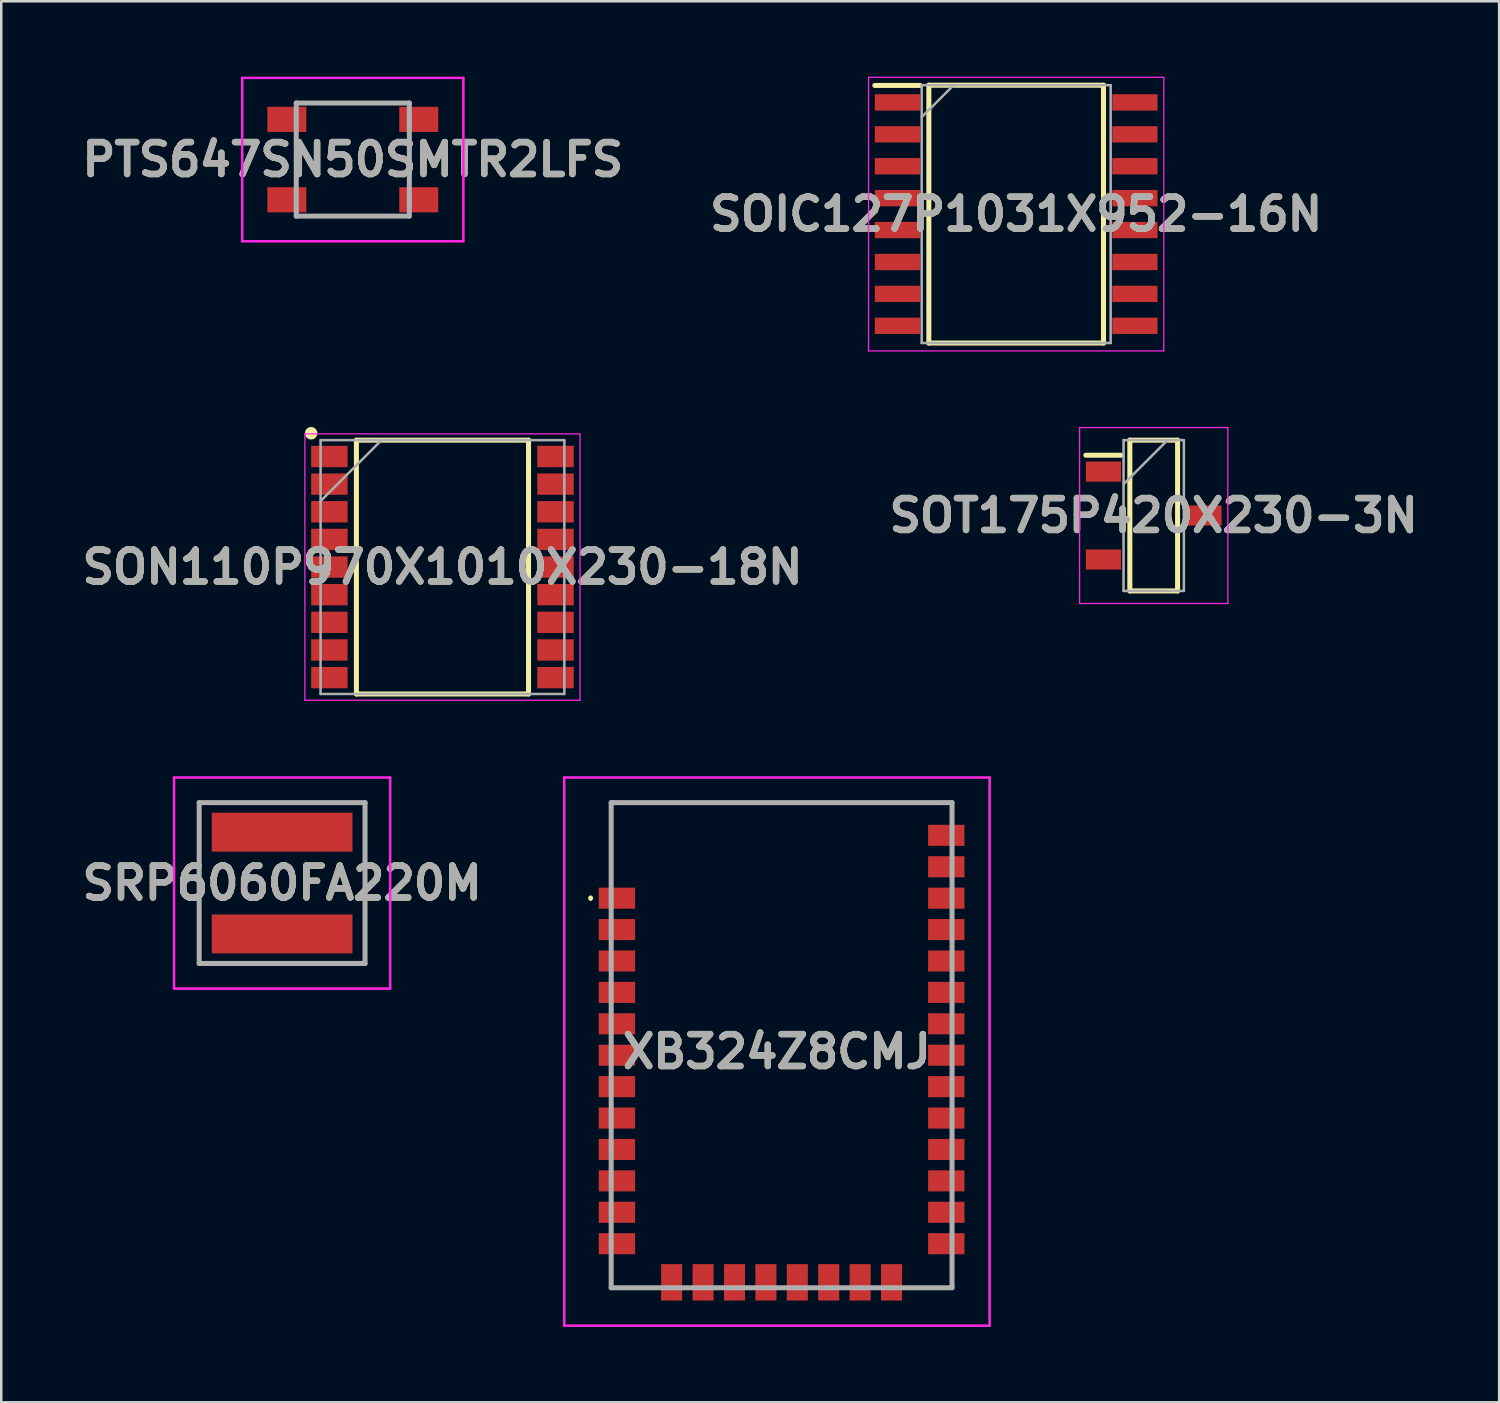
<source format=kicad_pcb>
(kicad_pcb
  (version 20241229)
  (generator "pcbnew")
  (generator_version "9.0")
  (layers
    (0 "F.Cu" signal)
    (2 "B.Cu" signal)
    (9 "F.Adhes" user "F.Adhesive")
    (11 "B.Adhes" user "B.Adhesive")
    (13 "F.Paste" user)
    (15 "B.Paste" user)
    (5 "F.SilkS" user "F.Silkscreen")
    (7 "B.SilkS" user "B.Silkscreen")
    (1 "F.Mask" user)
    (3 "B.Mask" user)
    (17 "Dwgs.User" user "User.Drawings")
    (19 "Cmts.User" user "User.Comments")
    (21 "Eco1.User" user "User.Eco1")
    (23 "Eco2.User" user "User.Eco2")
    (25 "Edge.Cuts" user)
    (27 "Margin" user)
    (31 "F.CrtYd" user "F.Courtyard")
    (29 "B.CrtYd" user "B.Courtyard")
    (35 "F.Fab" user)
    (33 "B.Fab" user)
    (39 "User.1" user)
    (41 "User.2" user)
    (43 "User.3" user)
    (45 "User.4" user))
  (footprint "SON110P970X1010X230-18N"
    (layer "F.Cu")
    (at 14.557 19.515)
    (property "Reference" "SON110P970X1010X230-18N" (at 0 0 0) (layer "F.SilkS") (effects (font (size 1.27 1.27) (thickness 0.254))))
    (attr smd)
    (fp_line (start -3.425 -5.05) (end 3.425 -5.05) (stroke (width 0.2) (type solid)) (layer "F.SilkS"))
    (fp_line (start -3.425 5.05) (end -3.425 -5.05) (stroke (width 0.2) (type solid)) (layer "F.SilkS"))
    (fp_line (start 3.425 -5.05) (end 3.425 5.05) (stroke (width 0.2) (type solid)) (layer "F.SilkS"))
    (fp_line (start 3.425 5.05) (end -3.425 5.05) (stroke (width 0.2) (type solid)) (layer "F.SilkS"))
    (fp_circle (center -5.225 -5.325) (end -5.225 -5.2) (stroke (width 0.25) (type solid)) (fill no) (layer "F.SilkS"))
    (fp_line (start -5.475 -5.3) (end 5.475 -5.3) (stroke (width 0.05) (type solid)) (layer "F.CrtYd"))
    (fp_line (start -5.475 5.3) (end -5.475 -5.3) (stroke (width 0.05) (type solid)) (layer "F.CrtYd"))
    (fp_line (start 5.475 -5.3) (end 5.475 5.3) (stroke (width 0.05) (type solid)) (layer "F.CrtYd"))
    (fp_line (start 5.475 5.3) (end -5.475 5.3) (stroke (width 0.05) (type solid)) (layer "F.CrtYd"))
    (fp_line (start -4.85 -5.05) (end 4.85 -5.05) (stroke (width 0.1) (type solid)) (layer "F.Fab"))
    (fp_line (start -4.85 -2.625) (end -2.425 -5.05) (stroke (width 0.1) (type solid)) (layer "F.Fab"))
    (fp_line (start -4.85 5.05) (end -4.85 -5.05) (stroke (width 0.1) (type solid)) (layer "F.Fab"))
    (fp_line (start 4.85 -5.05) (end 4.85 5.05) (stroke (width 0.1) (type solid)) (layer "F.Fab"))
    (fp_line (start 4.85 5.05) (end -4.85 5.05) (stroke (width 0.1) (type solid)) (layer "F.Fab"))
    (fp_text user "${REFERENCE}" (at 0 0 0) (layer "F.Fab") (effects (font (size 1.27 1.27) (thickness 0.254))))
    (pad "1" smd rect (at -4.5 -4.4 90) (size 0.85 1.45) (layers "F.Cu" "F.Mask" "F.Paste"))
    (pad "2" smd rect (at -4.5 -3.3 90) (size 0.85 1.45) (layers "F.Cu" "F.Mask" "F.Paste"))
    (pad "3" smd rect (at -4.5 -2.2 90) (size 0.85 1.45) (layers "F.Cu" "F.Mask" "F.Paste"))
    (pad "4" smd rect (at -4.5 -1.1 90) (size 0.85 1.45) (layers "F.Cu" "F.Mask" "F.Paste"))
    (pad "5" smd rect (at -4.5 0 90) (size 0.85 1.45) (layers "F.Cu" "F.Mask" "F.Paste"))
    (pad "6" smd rect (at -4.5 1.1 90) (size 0.85 1.45) (layers "F.Cu" "F.Mask" "F.Paste"))
    (pad "7" smd rect (at -4.5 2.2 90) (size 0.85 1.45) (layers "F.Cu" "F.Mask" "F.Paste"))
    (pad "8" smd rect (at -4.5 3.3 90) (size 0.85 1.45) (layers "F.Cu" "F.Mask" "F.Paste"))
    (pad "9" smd rect (at -4.5 4.4 90) (size 0.85 1.45) (layers "F.Cu" "F.Mask" "F.Paste"))
    (pad "10" smd rect (at 4.5 4.4 90) (size 0.85 1.45) (layers "F.Cu" "F.Mask" "F.Paste"))
    (pad "11" smd rect (at 4.5 3.3 90) (size 0.85 1.45) (layers "F.Cu" "F.Mask" "F.Paste"))
    (pad "12" smd rect (at 4.5 2.2 90) (size 0.85 1.45) (layers "F.Cu" "F.Mask" "F.Paste"))
    (pad "13" smd rect (at 4.5 1.1 90) (size 0.85 1.45) (layers "F.Cu" "F.Mask" "F.Paste"))
    (pad "14" smd rect (at 4.5 0 90) (size 0.85 1.45) (layers "F.Cu" "F.Mask" "F.Paste"))
    (pad "15" smd rect (at 4.5 -1.1 90) (size 0.85 1.45) (layers "F.Cu" "F.Mask" "F.Paste"))
    (pad "16" smd rect (at 4.5 -2.2 90) (size 0.85 1.45) (layers "F.Cu" "F.Mask" "F.Paste"))
    (pad "17" smd rect (at 4.5 -3.3 90) (size 0.85 1.45) (layers "F.Cu" "F.Mask" "F.Paste"))
    (pad "18" smd rect (at 4.5 -4.4 90) (size 0.85 1.45) (layers "F.Cu" "F.Mask" "F.Paste")))
  (footprint "SRP6060FA220M"
    (layer "F.Cu")
    (at 8.176 32.09)
    (property "Reference" "SRP6060FA220M" (at 0 0 0) (layer "F.SilkS") (effects (font (size 1.27 1.27) (thickness 0.254))))
    (attr smd)
    (fp_line (start -3.3 -3.2) (end 3.3 -3.2) (stroke (width 0.1) (type solid)) (layer "F.SilkS"))
    (fp_line (start -3.3 3.2) (end -3.3 -3.2) (stroke (width 0.1) (type solid)) (layer "F.SilkS"))
    (fp_line (start 3.3 -3.2) (end 3.3 3.2) (stroke (width 0.1) (type solid)) (layer "F.SilkS"))
    (fp_line (start 3.3 3.2) (end -3.3 3.2) (stroke (width 0.1) (type solid)) (layer "F.SilkS"))
    (fp_line (start -4.3 -4.2) (end 4.3 -4.2) (stroke (width 0.1) (type solid)) (layer "F.CrtYd"))
    (fp_line (start -4.3 4.2) (end -4.3 -4.2) (stroke (width 0.1) (type solid)) (layer "F.CrtYd"))
    (fp_line (start 4.3 -4.2) (end 4.3 4.2) (stroke (width 0.1) (type solid)) (layer "F.CrtYd"))
    (fp_line (start 4.3 4.2) (end -4.3 4.2) (stroke (width 0.1) (type solid)) (layer "F.CrtYd"))
    (fp_line (start -3.3 -3.2) (end 3.3 -3.2) (stroke (width 0.2) (type solid)) (layer "F.Fab"))
    (fp_line (start -3.3 3.2) (end -3.3 -3.2) (stroke (width 0.2) (type solid)) (layer "F.Fab"))
    (fp_line (start 3.3 -3.2) (end 3.3 3.2) (stroke (width 0.2) (type solid)) (layer "F.Fab"))
    (fp_line (start 3.3 3.2) (end -3.3 3.2) (stroke (width 0.2) (type solid)) (layer "F.Fab"))
    (fp_text user "${REFERENCE}" (at 0 0 0) (layer "F.Fab") (effects (font (size 1.27 1.27) (thickness 0.254))))
    (pad "1" smd rect (at 0 -2.025 90) (size 1.55 5.6) (layers "F.Cu" "F.Mask" "F.Paste"))
    (pad "2" smd rect (at 0 2.025 90) (size 1.55 5.6) (layers "F.Cu" "F.Mask" "F.Paste")))
  (footprint "SOT175P420X230-3N"
    (layer "F.Cu")
    (at 42.86 17.465)
    (property "Reference" "SOT175P420X230-3N" (at 0 0 0) (layer "F.SilkS") (effects (font (size 1.27 1.27) (thickness 0.254))))
    (attr smd)
    (fp_line (start -2.7 -2.4) (end -1.3 -2.4) (stroke (width 0.2) (type solid)) (layer "F.SilkS"))
    (fp_line (start -0.95 -3) (end 0.95 -3) (stroke (width 0.2) (type solid)) (layer "F.SilkS"))
    (fp_line (start -0.95 3) (end -0.95 -3) (stroke (width 0.2) (type solid)) (layer "F.SilkS"))
    (fp_line (start 0.95 -3) (end 0.95 3) (stroke (width 0.2) (type solid)) (layer "F.SilkS"))
    (fp_line (start 0.95 3) (end -0.95 3) (stroke (width 0.2) (type solid)) (layer "F.SilkS"))
    (fp_line (start -2.95 -3.5) (end 2.95 -3.5) (stroke (width 0.05) (type solid)) (layer "F.CrtYd"))
    (fp_line (start -2.95 3.5) (end -2.95 -3.5) (stroke (width 0.05) (type solid)) (layer "F.CrtYd"))
    (fp_line (start 2.95 -3.5) (end 2.95 3.5) (stroke (width 0.05) (type solid)) (layer "F.CrtYd"))
    (fp_line (start 2.95 3.5) (end -2.95 3.5) (stroke (width 0.05) (type solid)) (layer "F.CrtYd"))
    (fp_line (start -1.2 -3) (end 1.2 -3) (stroke (width 0.1) (type solid)) (layer "F.Fab"))
    (fp_line (start -1.2 -1.25) (end 0.55 -3) (stroke (width 0.1) (type solid)) (layer "F.Fab"))
    (fp_line (start -1.2 3) (end -1.2 -3) (stroke (width 0.1) (type solid)) (layer "F.Fab"))
    (fp_line (start 1.2 -3) (end 1.2 3) (stroke (width 0.1) (type solid)) (layer "F.Fab"))
    (fp_line (start 1.2 3) (end -1.2 3) (stroke (width 0.1) (type solid)) (layer "F.Fab"))
    (fp_text user "${REFERENCE}" (at 0 0 0) (layer "F.Fab") (effects (font (size 1.27 1.27) (thickness 0.254))))
    (pad "1" smd rect (at -2 -1.75 90) (size 0.8 1.4) (layers "F.Cu" "F.Mask" "F.Paste"))
    (pad "2" smd rect (at -2 1.75 90) (size 0.8 1.4) (layers "F.Cu" "F.Mask" "F.Paste"))
    (pad "3" smd rect (at 2 0 90) (size 0.8 1.4) (layers "F.Cu" "F.Mask" "F.Paste")))
  (footprint "XB324Z8CMJ"
    (layer "F.Cu")
    (at 28.053 46.441)
    (property "Reference" "XB324Z8CMJ" (at -0.186 -7.645 0) (layer "F.SilkS") (effects (font (size 1.27 1.27) (thickness 0.254))))
    (attr smd)
    (fp_line (start -7.6 -13.8) (end -7.6 -13.8) (stroke (width 0.1) (type solid)) (layer "F.SilkS"))
    (fp_line (start -7.6 -13.7) (end -7.6 -13.7) (stroke (width 0.1) (type solid)) (layer "F.SilkS"))
    (fp_line (start -6.782 -17.551) (end 6.782 -17.551) (stroke (width 0.1) (type solid)) (layer "F.SilkS"))
    (fp_line (start -6.782 -14.497) (end -6.782 -17.551) (stroke (width 0.1) (type solid)) (layer "F.SilkS"))
    (fp_line (start -6.782 1) (end -6.782 1.753) (stroke (width 0.1) (type solid)) (layer "F.SilkS"))
    (fp_line (start -6.782 1.753) (end -6 1.753) (stroke (width 0.1) (type solid)) (layer "F.SilkS"))
    (fp_line (start 6 1.753) (end 6.782 1.753) (stroke (width 0.1) (type solid)) (layer "F.SilkS"))
    (fp_line (start 6.782 -17.551) (end 6.782 -16.997) (stroke (width 0.1) (type solid)) (layer "F.SilkS"))
    (fp_line (start 6.782 1.753) (end 6.782 1) (stroke (width 0.1) (type solid)) (layer "F.SilkS"))
    (fp_arc (start -7.6 -13.8) (mid -7.55 -13.75) (end -7.6 -13.7) (stroke (width 0.1) (type solid)) (layer "F.SilkS"))
    (fp_arc (start -7.6 -13.7) (mid -7.65 -13.75) (end -7.6 -13.8) (stroke (width 0.1) (type solid)) (layer "F.SilkS"))
    (fp_line (start -8.65 -18.551) (end 8.277 -18.551) (stroke (width 0.1) (type solid)) (layer "F.CrtYd"))
    (fp_line (start -8.65 3.261) (end -8.65 -18.551) (stroke (width 0.1) (type solid)) (layer "F.CrtYd"))
    (fp_line (start 8.277 -18.551) (end 8.277 3.261) (stroke (width 0.1) (type solid)) (layer "F.CrtYd"))
    (fp_line (start 8.277 3.261) (end -8.65 3.261) (stroke (width 0.1) (type solid)) (layer "F.CrtYd"))
    (fp_line (start -6.782 -17.551) (end 6.782 -17.551) (stroke (width 0.2) (type solid)) (layer "F.Fab"))
    (fp_line (start -6.782 1.753) (end -6.782 -17.551) (stroke (width 0.2) (type solid)) (layer "F.Fab"))
    (fp_line (start 6.782 -17.551) (end 6.782 1.753) (stroke (width 0.2) (type solid)) (layer "F.Fab"))
    (fp_line (start 6.782 1.753) (end -6.782 1.753) (stroke (width 0.2) (type solid)) (layer "F.Fab"))
    (fp_text user "${REFERENCE}" (at -0.186 -7.645 0) (layer "F.Fab") (effects (font (size 1.27 1.27) (thickness 0.254))))
    (pad "1" smd rect (at -6.553 -13.75 90) (size 0.838 1.448) (layers "F.Cu" "F.Mask" "F.Paste"))
    (pad "2" smd rect (at -6.553 -12.5 90) (size 0.838 1.448) (layers "F.Cu" "F.Mask" "F.Paste"))
    (pad "3" smd rect (at -6.553 -11.25 90) (size 0.838 1.448) (layers "F.Cu" "F.Mask" "F.Paste"))
    (pad "4" smd rect (at -6.553 -10 90) (size 0.838 1.448) (layers "F.Cu" "F.Mask" "F.Paste"))
    (pad "5" smd rect (at -6.553 -8.75 90) (size 0.838 1.448) (layers "F.Cu" "F.Mask" "F.Paste"))
    (pad "6" smd rect (at -6.553 -7.5 90) (size 0.838 1.448) (layers "F.Cu" "F.Mask" "F.Paste"))
    (pad "7" smd rect (at -6.553 -6.25 90) (size 0.838 1.448) (layers "F.Cu" "F.Mask" "F.Paste"))
    (pad "8" smd rect (at -6.553 -5 90) (size 0.838 1.448) (layers "F.Cu" "F.Mask" "F.Paste"))
    (pad "9" smd rect (at -6.553 -3.75 90) (size 0.838 1.448) (layers "F.Cu" "F.Mask" "F.Paste"))
    (pad "10" smd rect (at -6.553 -2.5 90) (size 0.838 1.448) (layers "F.Cu" "F.Mask" "F.Paste"))
    (pad "11" smd rect (at -6.553 -1.25 90) (size 0.838 1.448) (layers "F.Cu" "F.Mask" "F.Paste"))
    (pad "12" smd rect (at -6.553 0 90) (size 0.838 1.448) (layers "F.Cu" "F.Mask" "F.Paste"))
    (pad "13" smd rect (at -4.375 1.537) (size 0.838 1.448) (layers "F.Cu" "F.Mask" "F.Paste"))
    (pad "14" smd rect (at -3.125 1.537) (size 0.838 1.448) (layers "F.Cu" "F.Mask" "F.Paste"))
    (pad "15" smd rect (at -1.875 1.537) (size 0.838 1.448) (layers "F.Cu" "F.Mask" "F.Paste"))
    (pad "16" smd rect (at -0.625 1.537) (size 0.838 1.448) (layers "F.Cu" "F.Mask" "F.Paste"))
    (pad "17" smd rect (at 0.625 1.537) (size 0.838 1.448) (layers "F.Cu" "F.Mask" "F.Paste"))
    (pad "18" smd rect (at 1.875 1.537) (size 0.838 1.448) (layers "F.Cu" "F.Mask" "F.Paste"))
    (pad "19" smd rect (at 3.125 1.537) (size 0.838 1.448) (layers "F.Cu" "F.Mask" "F.Paste"))
    (pad "20" smd rect (at 4.375 1.537) (size 0.838 1.448) (layers "F.Cu" "F.Mask" "F.Paste"))
    (pad "21" smd rect (at 6.553 0 90) (size 0.838 1.448) (layers "F.Cu" "F.Mask" "F.Paste"))
    (pad "22" smd rect (at 6.553 -1.25 90) (size 0.838 1.448) (layers "F.Cu" "F.Mask" "F.Paste"))
    (pad "23" smd rect (at 6.553 -2.5 90) (size 0.838 1.448) (layers "F.Cu" "F.Mask" "F.Paste"))
    (pad "24" smd rect (at 6.553 -3.75 90) (size 0.838 1.448) (layers "F.Cu" "F.Mask" "F.Paste"))
    (pad "25" smd rect (at 6.553 -5 90) (size 0.838 1.448) (layers "F.Cu" "F.Mask" "F.Paste"))
    (pad "26" smd rect (at 6.553 -6.25 90) (size 0.838 1.448) (layers "F.Cu" "F.Mask" "F.Paste"))
    (pad "27" smd rect (at 6.553 -7.5 90) (size 0.838 1.448) (layers "F.Cu" "F.Mask" "F.Paste"))
    (pad "28" smd rect (at 6.553 -8.75 90) (size 0.838 1.448) (layers "F.Cu" "F.Mask" "F.Paste"))
    (pad "29" smd rect (at 6.553 -10 90) (size 0.838 1.448) (layers "F.Cu" "F.Mask" "F.Paste"))
    (pad "30" smd rect (at 6.553 -11.25 90) (size 0.838 1.448) (layers "F.Cu" "F.Mask" "F.Paste"))
    (pad "31" smd rect (at 6.553 -12.5 90) (size 0.838 1.448) (layers "F.Cu" "F.Mask" "F.Paste"))
    (pad "32" smd rect (at 6.553 -13.75 90) (size 0.838 1.448) (layers "F.Cu" "F.Mask" "F.Paste"))
    (pad "33" smd rect (at 6.553 -15 90) (size 0.838 1.448) (layers "F.Cu" "F.Mask" "F.Paste"))
    (pad "34" smd rect (at 6.553 -16.25 90) (size 0.838 1.448) (layers "F.Cu" "F.Mask" "F.Paste")))
  (footprint "PTS647SN50SMTR2LFS"
    (layer "F.Cu")
    (at 10.989 3.3)
    (property "Reference" "PTS647SN50SMTR2LFS" (at 0 0 0) (layer "F.SilkS") (effects (font (size 1.27 1.27) (thickness 0.254))))
    (attr smd)
    (fp_line (start -2.25 0.5) (end -2.25 -0.5) (stroke (width 0.1) (type solid)) (layer "F.SilkS"))
    (fp_line (start -1.5 -2.25) (end 1.5 -2.25) (stroke (width 0.1) (type solid)) (layer "F.SilkS"))
    (fp_line (start -1.5 2.25) (end 1.5 2.25) (stroke (width 0.1) (type solid)) (layer "F.SilkS"))
    (fp_line (start 2.25 0.5) (end 2.25 -0.5) (stroke (width 0.1) (type solid)) (layer "F.SilkS"))
    (fp_line (start -4.4 -3.25) (end 4.4 -3.25) (stroke (width 0.1) (type solid)) (layer "F.CrtYd"))
    (fp_line (start -4.4 3.25) (end -4.4 -3.25) (stroke (width 0.1) (type solid)) (layer "F.CrtYd"))
    (fp_line (start 4.4 -3.25) (end 4.4 3.25) (stroke (width 0.1) (type solid)) (layer "F.CrtYd"))
    (fp_line (start 4.4 3.25) (end -4.4 3.25) (stroke (width 0.1) (type solid)) (layer "F.CrtYd"))
    (fp_line (start -2.25 -2.25) (end 2.25 -2.25) (stroke (width 0.2) (type solid)) (layer "F.Fab"))
    (fp_line (start -2.25 2.25) (end -2.25 -2.25) (stroke (width 0.2) (type solid)) (layer "F.Fab"))
    (fp_line (start 2.25 -2.25) (end 2.25 2.25) (stroke (width 0.2) (type solid)) (layer "F.Fab"))
    (fp_line (start 2.25 2.25) (end -2.25 2.25) (stroke (width 0.2) (type solid)) (layer "F.Fab"))
    (fp_text user "${REFERENCE}" (at 0 0 0) (layer "F.Fab") (effects (font (size 1.27 1.27) (thickness 0.254))))
    (pad "1" smd rect (at -2.625 1.6 90) (size 1 1.55) (layers "F.Cu" "F.Mask" "F.Paste"))
    (pad "2" smd rect (at 2.625 1.6 90) (size 1 1.55) (layers "F.Cu" "F.Mask" "F.Paste"))
    (pad "3" smd rect (at 2.625 -1.6 90) (size 1 1.55) (layers "F.Cu" "F.Mask" "F.Paste"))
    (pad "4" smd rect (at -2.625 -1.6 90) (size 1 1.55) (layers "F.Cu" "F.Mask" "F.Paste")))
  (footprint "SOIC127P1031X952-16N"
    (layer "F.Cu")
    (at 37.387 5.47)
    (property "Reference" "SOIC127P1031X952-16N" (at 0 0 0) (layer "F.SilkS") (effects (font (size 1.27 1.27) (thickness 0.254))))
    (attr smd)
    (fp_line (start -5.625 -5.12) (end -3.825 -5.12) (stroke (width 0.2) (type solid)) (layer "F.SilkS"))
    (fp_line (start -3.475 -5.13) (end 3.475 -5.13) (stroke (width 0.2) (type solid)) (layer "F.SilkS"))
    (fp_line (start -3.475 5.13) (end -3.475 -5.13) (stroke (width 0.2) (type solid)) (layer "F.SilkS"))
    (fp_line (start 3.475 -5.13) (end 3.475 5.13) (stroke (width 0.2) (type solid)) (layer "F.SilkS"))
    (fp_line (start 3.475 5.13) (end -3.475 5.13) (stroke (width 0.2) (type solid)) (layer "F.SilkS"))
    (fp_line (start -5.875 -5.445) (end 5.875 -5.445) (stroke (width 0.05) (type solid)) (layer "F.CrtYd"))
    (fp_line (start -5.875 5.445) (end -5.875 -5.445) (stroke (width 0.05) (type solid)) (layer "F.CrtYd"))
    (fp_line (start 5.875 -5.445) (end 5.875 5.445) (stroke (width 0.05) (type solid)) (layer "F.CrtYd"))
    (fp_line (start 5.875 5.445) (end -5.875 5.445) (stroke (width 0.05) (type solid)) (layer "F.CrtYd"))
    (fp_line (start -3.76 -5.13) (end 3.76 -5.13) (stroke (width 0.1) (type solid)) (layer "F.Fab"))
    (fp_line (start -3.76 -3.86) (end -2.49 -5.13) (stroke (width 0.1) (type solid)) (layer "F.Fab"))
    (fp_line (start -3.76 5.13) (end -3.76 -5.13) (stroke (width 0.1) (type solid)) (layer "F.Fab"))
    (fp_line (start 3.76 -5.13) (end 3.76 5.13) (stroke (width 0.1) (type solid)) (layer "F.Fab"))
    (fp_line (start 3.76 5.13) (end -3.76 5.13) (stroke (width 0.1) (type solid)) (layer "F.Fab"))
    (fp_text user "${REFERENCE}" (at 0 0 0) (layer "F.Fab") (effects (font (size 1.27 1.27) (thickness 0.254))))
    (pad "1" smd rect (at -4.725 -4.445 90) (size 0.65 1.8) (layers "F.Cu" "F.Mask" "F.Paste"))
    (pad "2" smd rect (at -4.725 -3.175 90) (size 0.65 1.8) (layers "F.Cu" "F.Mask" "F.Paste"))
    (pad "3" smd rect (at -4.725 -1.905 90) (size 0.65 1.8) (layers "F.Cu" "F.Mask" "F.Paste"))
    (pad "4" smd rect (at -4.725 -0.635 90) (size 0.65 1.8) (layers "F.Cu" "F.Mask" "F.Paste"))
    (pad "5" smd rect (at -4.725 0.635 90) (size 0.65 1.8) (layers "F.Cu" "F.Mask" "F.Paste"))
    (pad "6" smd rect (at -4.725 1.905 90) (size 0.65 1.8) (layers "F.Cu" "F.Mask" "F.Paste"))
    (pad "7" smd rect (at -4.725 3.175 90) (size 0.65 1.8) (layers "F.Cu" "F.Mask" "F.Paste"))
    (pad "8" smd rect (at -4.725 4.445 90) (size 0.65 1.8) (layers "F.Cu" "F.Mask" "F.Paste"))
    (pad "9" smd rect (at 4.725 4.445 90) (size 0.65 1.8) (layers "F.Cu" "F.Mask" "F.Paste"))
    (pad "10" smd rect (at 4.725 3.175 90) (size 0.65 1.8) (layers "F.Cu" "F.Mask" "F.Paste"))
    (pad "11" smd rect (at 4.725 1.905 90) (size 0.65 1.8) (layers "F.Cu" "F.Mask" "F.Paste"))
    (pad "12" smd rect (at 4.725 0.635 90) (size 0.65 1.8) (layers "F.Cu" "F.Mask" "F.Paste"))
    (pad "13" smd rect (at 4.725 -0.635 90) (size 0.65 1.8) (layers "F.Cu" "F.Mask" "F.Paste"))
    (pad "14" smd rect (at 4.725 -1.905 90) (size 0.65 1.8) (layers "F.Cu" "F.Mask" "F.Paste"))
    (pad "15" smd rect (at 4.725 -3.175 90) (size 0.65 1.8) (layers "F.Cu" "F.Mask" "F.Paste"))
    (pad "16" smd rect (at 4.725 -4.445 90) (size 0.65 1.8) (layers "F.Cu" "F.Mask" "F.Paste")))
  (gr_rect
    (start -3 -3)
    (end 56.606 52.752)
    (stroke (width 0.1) (type default))
    (fill no)
    (layer "Edge.Cuts")))
</source>
